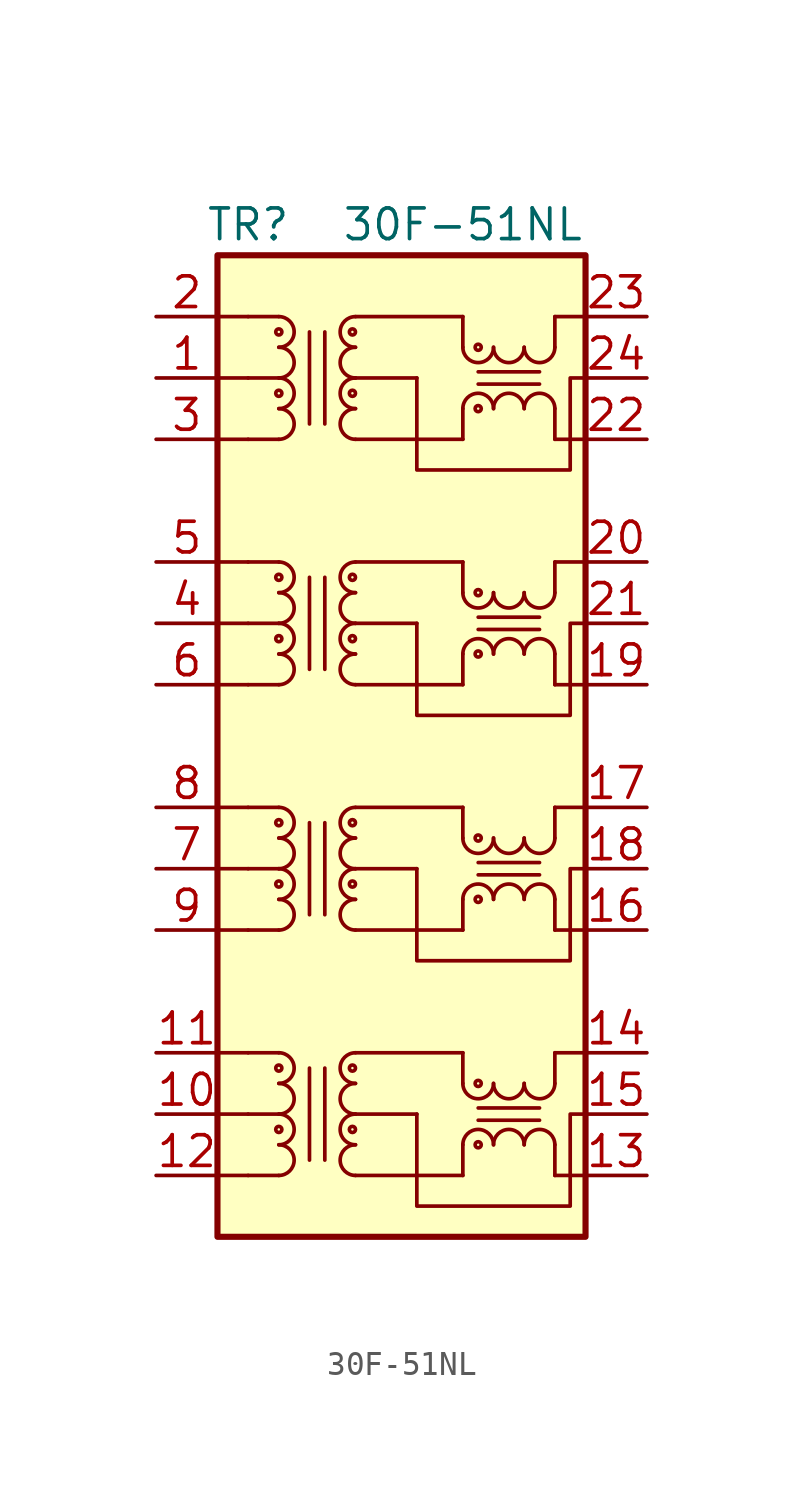
<source format=kicad_sym>
(kicad_symbol_lib
  (version 20241209)
  (generator "kicad_symbol_editor")
  (generator_version "9.0")
  (symbol "30F-51NL"
    (pin_names
      (offset 1.016)
      (hide yes))
    (property "Reference" "TR"
      (at -6.35 21.59 0)
      (effects (font (size 1.27 1.27))))
    (property "Value" "30F-51NL"
      (at 2.54 21.59 0)
      (effects (font (size 1.27 1.27))))
    (symbol "30F-51NL_0_1"
      (rectangle (start -7.62 20.32) (end 7.62 -20.32) (stroke (width 0.254) (type default)) (fill (type background)))
      (polyline (pts (xy 0.635 15.24) (xy 0.635 11.43) (xy 6.985 11.43) (xy 6.985 15.24) (xy 7.62 15.24)) (stroke (width 0) (type default)) (fill (type none)))
      (polyline (pts (xy 0.635 5.08) (xy 0.635 1.27) (xy 6.985 1.27) (xy 6.985 5.08) (xy 7.62 5.08)) (stroke (width 0) (type default)) (fill (type none)))
      (polyline (pts (xy 0.635 -5.08) (xy 0.635 -8.89) (xy 6.985 -8.89) (xy 6.985 -5.08) (xy 7.62 -5.08)) (stroke (width 0) (type default)) (fill (type none)))
      (polyline (pts (xy 0.635 -15.24) (xy 0.635 -19.05) (xy 6.985 -19.05) (xy 6.985 -15.24) (xy 7.62 -15.24)) (stroke (width 0) (type default)) (fill (type none)))
      (polyline (pts (xy 2.54 17.78) (xy 2.54 16.51)) (stroke (width 0) (type default)) (fill (type none)))
      (polyline (pts (xy 2.54 13.97) (xy 2.54 12.7)) (stroke (width 0) (type default)) (fill (type none)))
      (polyline (pts (xy 2.54 7.62) (xy 2.54 6.35)) (stroke (width 0) (type default)) (fill (type none)))
      (polyline (pts (xy 2.54 3.81) (xy 2.54 2.54)) (stroke (width 0) (type default)) (fill (type none)))
      (polyline (pts (xy 2.54 -2.54) (xy 2.54 -3.81)) (stroke (width 0) (type default)) (fill (type none)))
      (polyline (pts (xy 2.54 -6.35) (xy 2.54 -7.62)) (stroke (width 0) (type default)) (fill (type none)))
      (polyline (pts (xy 2.54 -12.7) (xy 2.54 -13.97)) (stroke (width 0) (type default)) (fill (type none)))
      (polyline (pts (xy 2.54 -16.51) (xy 2.54 -17.78)) (stroke (width 0) (type default)) (fill (type none)))
      (polyline (pts (xy 6.35 16.51) (xy 6.35 17.78)) (stroke (width 0) (type default)) (fill (type none)))
      (polyline (pts (xy 6.35 12.7) (xy 6.35 13.97)) (stroke (width 0) (type default)) (fill (type none)))
      (polyline (pts (xy 6.35 6.35) (xy 6.35 7.62)) (stroke (width 0) (type default)) (fill (type none)))
      (polyline (pts (xy 6.35 2.54) (xy 6.35 3.81)) (stroke (width 0) (type default)) (fill (type none)))
      (polyline (pts (xy 6.35 -3.81) (xy 6.35 -2.54)) (stroke (width 0) (type default)) (fill (type none)))
      (polyline (pts (xy 6.35 -7.62) (xy 6.35 -6.35)) (stroke (width 0) (type default)) (fill (type none)))
      (polyline (pts (xy 6.35 -13.97) (xy 6.35 -12.7)) (stroke (width 0) (type default)) (fill (type none)))
      (polyline (pts (xy 6.35 -17.78) (xy 6.35 -16.51)) (stroke (width 0) (type default)) (fill (type none)))
      (pin passive line (at -10.16 17.78 0) (length 2.54) (name "TD1+" (effects (font (size 1.27 1.27)))) (number "2" (effects (font (size 1.27 1.27)))))
      (pin passive line (at -10.16 15.24 0) (length 2.54) (name "CT" (effects (font (size 1.27 1.27)))) (number "1" (effects (font (size 1.27 1.27)))))
      (pin passive line (at -10.16 12.7 0) (length 2.54) (name "TD1-" (effects (font (size 1.27 1.27)))) (number "3" (effects (font (size 1.27 1.27)))))
      (pin passive line (at -10.16 7.62 0) (length 2.54) (name "TD2+" (effects (font (size 1.27 1.27)))) (number "5" (effects (font (size 1.27 1.27)))))
      (pin passive line (at -10.16 5.08 0) (length 2.54) (name "CT" (effects (font (size 1.27 1.27)))) (number "4" (effects (font (size 1.27 1.27)))))
      (pin passive line (at -10.16 2.54 0) (length 2.54) (name "TD2-" (effects (font (size 1.27 1.27)))) (number "6" (effects (font (size 1.27 1.27)))))
      (pin passive line (at -10.16 -2.54 0) (length 2.54) (name "TD3+" (effects (font (size 1.27 1.27)))) (number "8" (effects (font (size 1.27 1.27)))))
      (pin passive line (at -10.16 -5.08 0) (length 2.54) (name "CT" (effects (font (size 1.27 1.27)))) (number "7" (effects (font (size 1.27 1.27)))))
      (pin passive line (at -10.16 -7.62 0) (length 2.54) (name "TD3-" (effects (font (size 1.27 1.27)))) (number "9" (effects (font (size 1.27 1.27)))))
      (pin passive line (at -10.16 -12.7 0) (length 2.54) (name "TD4+" (effects (font (size 1.27 1.27)))) (number "11" (effects (font (size 1.27 1.27)))))
      (pin passive line (at -10.16 -15.24 0) (length 2.54) (name "CT" (effects (font (size 1.27 1.27)))) (number "10" (effects (font (size 1.27 1.27)))))
      (pin passive line (at -10.16 -17.78 0) (length 2.54) (name "TD4-" (effects (font (size 1.27 1.27)))) (number "12" (effects (font (size 1.27 1.27)))))
      (pin passive line (at 10.16 17.78 180) (length 2.54) (name "MX1+" (effects (font (size 1.27 1.27)))) (number "23" (effects (font (size 1.27 1.27)))))
      (pin passive line (at 10.16 15.24 180) (length 2.54) (name "CT" (effects (font (size 1.27 1.27)))) (number "24" (effects (font (size 1.27 1.27)))))
      (pin passive line (at 10.16 12.7 180) (length 2.54) (name "MX1-" (effects (font (size 1.27 1.27)))) (number "22" (effects (font (size 1.27 1.27)))))
      (pin passive line (at 10.16 7.62 180) (length 2.54) (name "MX2+" (effects (font (size 1.27 1.27)))) (number "20" (effects (font (size 1.27 1.27)))))
      (pin passive line (at 10.16 5.08 180) (length 2.54) (name "CT" (effects (font (size 1.27 1.27)))) (number "21" (effects (font (size 1.27 1.27)))))
      (pin passive line (at 10.16 2.54 180) (length 2.54) (name "MX2-" (effects (font (size 1.27 1.27)))) (number "19" (effects (font (size 1.27 1.27)))))
      (pin passive line (at 10.16 -2.54 180) (length 2.54) (name "MX3+" (effects (font (size 1.27 1.27)))) (number "17" (effects (font (size 1.27 1.27)))))
      (pin passive line (at 10.16 -5.08 180) (length 2.54) (name "CT" (effects (font (size 1.27 1.27)))) (number "18" (effects (font (size 1.27 1.27)))))
      (pin passive line (at 10.16 -7.62 180) (length 2.54) (name "MX3-" (effects (font (size 1.27 1.27)))) (number "16" (effects (font (size 1.27 1.27)))))
      (pin passive line (at 10.16 -12.7 180) (length 2.54) (name "MX4+" (effects (font (size 1.27 1.27)))) (number "14" (effects (font (size 1.27 1.27)))))
      (pin passive line (at 10.16 -15.24 180) (length 2.54) (name "CT" (effects (font (size 1.27 1.27)))) (number "15" (effects (font (size 1.27 1.27)))))
      (pin passive line (at 10.16 -17.78 180) (length 2.54) (name "MX4-" (effects (font (size 1.27 1.27)))) (number "13" (effects (font (size 1.27 1.27))))))
    (symbol "30F-51NL_1_1"
      (polyline (pts (xy -7.62 17.78) (xy -6.35 17.78)) (stroke (width 0) (type default)) (fill (type none)))
      (polyline (pts (xy -7.62 15.24) (xy -6.35 15.24)) (stroke (width 0) (type default)) (fill (type none)))
      (polyline (pts (xy -7.62 12.7) (xy -6.35 12.7)) (stroke (width 0) (type default)) (fill (type none)))
      (polyline (pts (xy -7.62 7.62) (xy -6.35 7.62)) (stroke (width 0) (type default)) (fill (type none)))
      (polyline (pts (xy -7.62 5.08) (xy -6.35 5.08)) (stroke (width 0) (type default)) (fill (type none)))
      (polyline (pts (xy -7.62 2.54) (xy -6.35 2.54)) (stroke (width 0) (type default)) (fill (type none)))
      (polyline (pts (xy -7.62 -2.54) (xy -6.35 -2.54)) (stroke (width 0) (type default)) (fill (type none)))
      (polyline (pts (xy -7.62 -5.08) (xy -6.35 -5.08)) (stroke (width 0) (type default)) (fill (type none)))
      (polyline (pts (xy -7.62 -7.62) (xy -6.35 -7.62)) (stroke (width 0) (type default)) (fill (type none)))
      (polyline (pts (xy -7.62 -12.7) (xy -6.35 -12.7)) (stroke (width 0) (type default)) (fill (type none)))
      (polyline (pts (xy -7.62 -15.24) (xy -6.35 -15.24)) (stroke (width 0) (type default)) (fill (type none)))
      (polyline (pts (xy -7.62 -17.78) (xy -6.35 -17.78)) (stroke (width 0) (type default)) (fill (type none)))
      (polyline (pts (xy -6.35 17.78) (xy -5.08 17.78)) (stroke (width 0) (type default)) (fill (type none)))
      (polyline (pts (xy -6.35 15.24) (xy -5.08 15.24)) (stroke (width 0) (type default)) (fill (type none)))
      (polyline (pts (xy -6.35 12.7) (xy -5.08 12.7)) (stroke (width 0) (type default)) (fill (type none)))
      (polyline (pts (xy -6.35 7.62) (xy -5.08 7.62)) (stroke (width 0) (type default)) (fill (type none)))
      (polyline (pts (xy -6.35 5.08) (xy -5.08 5.08)) (stroke (width 0) (type default)) (fill (type none)))
      (polyline (pts (xy -6.35 2.54) (xy -5.08 2.54)) (stroke (width 0) (type default)) (fill (type none)))
      (polyline (pts (xy -6.35 -2.54) (xy -5.08 -2.54)) (stroke (width 0) (type default)) (fill (type none)))
      (polyline (pts (xy -6.35 -5.08) (xy -5.08 -5.08)) (stroke (width 0) (type default)) (fill (type none)))
      (polyline (pts (xy -6.35 -7.62) (xy -5.08 -7.62)) (stroke (width 0) (type default)) (fill (type none)))
      (polyline (pts (xy -6.35 -12.7) (xy -5.08 -12.7)) (stroke (width 0) (type default)) (fill (type none)))
      (polyline (pts (xy -6.35 -15.24) (xy -5.08 -15.24)) (stroke (width 0) (type default)) (fill (type none)))
      (polyline (pts (xy -6.35 -17.78) (xy -5.08 -17.78)) (stroke (width 0) (type default)) (fill (type none)))
      (arc (start -5.08 17.78) (mid -4.4477 17.145) (end -5.08 16.51) (stroke (width 0) (type default)) (fill (type none)))
      (arc (start -5.08 16.51) (mid -4.4477 15.875) (end -5.08 15.24) (stroke (width 0) (type default)) (fill (type none)))
      (arc (start -5.08 15.24) (mid -4.4477 14.605) (end -5.08 13.97) (stroke (width 0) (type default)) (fill (type none)))
      (arc (start -5.08 13.97) (mid -4.4477 13.335) (end -5.08 12.7) (stroke (width 0) (type default)) (fill (type none)))
      (arc (start -5.08 7.62) (mid -4.4477 6.985) (end -5.08 6.35) (stroke (width 0) (type default)) (fill (type none)))
      (arc (start -5.08 6.35) (mid -4.4477 5.715) (end -5.08 5.08) (stroke (width 0) (type default)) (fill (type none)))
      (arc (start -5.08 5.08) (mid -4.4477 4.445) (end -5.08 3.81) (stroke (width 0) (type default)) (fill (type none)))
      (arc (start -5.08 3.81) (mid -4.4477 3.175) (end -5.08 2.54) (stroke (width 0) (type default)) (fill (type none)))
      (arc (start -5.08 -2.54) (mid -4.4477 -3.175) (end -5.08 -3.81) (stroke (width 0) (type default)) (fill (type none)))
      (arc (start -5.08 -3.81) (mid -4.4477 -4.445) (end -5.08 -5.08) (stroke (width 0) (type default)) (fill (type none)))
      (arc (start -5.08 -5.08) (mid -4.4477 -5.715) (end -5.08 -6.35) (stroke (width 0) (type default)) (fill (type none)))
      (arc (start -5.08 -6.35) (mid -4.4477 -6.985) (end -5.08 -7.62) (stroke (width 0) (type default)) (fill (type none)))
      (arc (start -5.08 -12.7) (mid -4.4477 -13.335) (end -5.08 -13.97) (stroke (width 0) (type default)) (fill (type none)))
      (arc (start -5.08 -13.97) (mid -4.4477 -14.605) (end -5.08 -15.24) (stroke (width 0) (type default)) (fill (type none)))
      (arc (start -5.08 -15.24) (mid -4.4477 -15.875) (end -5.08 -16.51) (stroke (width 0) (type default)) (fill (type none)))
      (arc (start -5.08 -16.51) (mid -4.4477 -17.145) (end -5.08 -17.78) (stroke (width 0) (type default)) (fill (type none)))
      (circle (center -5.08 17.145) (radius 0.127) (stroke (width 0) (type default)) (fill (type none)))
      (circle (center -5.08 14.605) (radius 0.127) (stroke (width 0) (type default)) (fill (type none)))
      (circle (center -5.08 6.985) (radius 0.127) (stroke (width 0) (type default)) (fill (type none)))
      (circle (center -5.08 4.445) (radius 0.127) (stroke (width 0) (type default)) (fill (type none)))
      (circle (center -5.08 -3.175) (radius 0.127) (stroke (width 0) (type default)) (fill (type none)))
      (circle (center -5.08 -5.715) (radius 0.127) (stroke (width 0) (type default)) (fill (type none)))
      (circle (center -5.08 -13.335) (radius 0.127) (stroke (width 0) (type default)) (fill (type none)))
      (circle (center -5.08 -15.875) (radius 0.127) (stroke (width 0) (type default)) (fill (type none)))
      (polyline (pts (xy -3.81 13.335) (xy -3.81 17.145)) (stroke (width 0) (type default)) (fill (type none)))
      (polyline (pts (xy -3.81 3.175) (xy -3.81 6.985)) (stroke (width 0) (type default)) (fill (type none)))
      (polyline (pts (xy -3.81 -6.985) (xy -3.81 -3.175)) (stroke (width 0) (type default)) (fill (type none)))
      (polyline (pts (xy -3.81 -17.145) (xy -3.81 -13.335)) (stroke (width 0) (type default)) (fill (type none)))
      (polyline (pts (xy -3.175 13.335) (xy -3.175 17.145)) (stroke (width 0) (type default)) (fill (type none)))
      (polyline (pts (xy -3.175 3.175) (xy -3.175 6.985)) (stroke (width 0) (type default)) (fill (type none)))
      (polyline (pts (xy -3.175 -6.985) (xy -3.175 -3.175)) (stroke (width 0) (type default)) (fill (type none)))
      (polyline (pts (xy -3.175 -17.145) (xy -3.175 -13.335)) (stroke (width 0) (type default)) (fill (type none)))
      (circle (center -2.032 17.145) (radius 0.127) (stroke (width 0) (type default)) (fill (type none)))
      (circle (center -2.032 14.605) (radius 0.127) (stroke (width 0) (type default)) (fill (type none)))
      (circle (center -2.032 6.985) (radius 0.127) (stroke (width 0) (type default)) (fill (type none)))
      (circle (center -2.032 4.445) (radius 0.127) (stroke (width 0) (type default)) (fill (type none)))
      (circle (center -2.032 -3.175) (radius 0.127) (stroke (width 0) (type default)) (fill (type none)))
      (circle (center -2.032 -5.715) (radius 0.127) (stroke (width 0) (type default)) (fill (type none)))
      (circle (center -2.032 -13.335) (radius 0.127) (stroke (width 0) (type default)) (fill (type none)))
      (circle (center -2.032 -15.875) (radius 0.127) (stroke (width 0) (type default)) (fill (type none)))
      (arc (start -1.905 16.51) (mid -2.5373 17.145) (end -1.905 17.78) (stroke (width 0) (type default)) (fill (type none)))
      (arc (start -1.905 15.24) (mid -2.5373 15.875) (end -1.905 16.51) (stroke (width 0) (type default)) (fill (type none)))
      (arc (start -1.905 13.97) (mid -2.5373 14.605) (end -1.905 15.24) (stroke (width 0) (type default)) (fill (type none)))
      (arc (start -1.905 12.7) (mid -2.5373 13.335) (end -1.905 13.97) (stroke (width 0) (type default)) (fill (type none)))
      (arc (start -1.905 6.35) (mid -2.5373 6.985) (end -1.905 7.62) (stroke (width 0) (type default)) (fill (type none)))
      (arc (start -1.905 5.08) (mid -2.5373 5.715) (end -1.905 6.35) (stroke (width 0) (type default)) (fill (type none)))
      (arc (start -1.905 3.81) (mid -2.5373 4.445) (end -1.905 5.08) (stroke (width 0) (type default)) (fill (type none)))
      (arc (start -1.905 2.54) (mid -2.5373 3.175) (end -1.905 3.81) (stroke (width 0) (type default)) (fill (type none)))
      (arc (start -1.905 -3.81) (mid -2.5373 -3.175) (end -1.905 -2.54) (stroke (width 0) (type default)) (fill (type none)))
      (arc (start -1.905 -5.08) (mid -2.5373 -4.445) (end -1.905 -3.81) (stroke (width 0) (type default)) (fill (type none)))
      (arc (start -1.905 -6.35) (mid -2.5373 -5.715) (end -1.905 -5.08) (stroke (width 0) (type default)) (fill (type none)))
      (arc (start -1.905 -7.62) (mid -2.5373 -6.985) (end -1.905 -6.35) (stroke (width 0) (type default)) (fill (type none)))
      (arc (start -1.905 -13.97) (mid -2.5373 -13.335) (end -1.905 -12.7) (stroke (width 0) (type default)) (fill (type none)))
      (arc (start -1.905 -15.24) (mid -2.5373 -14.605) (end -1.905 -13.97) (stroke (width 0) (type default)) (fill (type none)))
      (arc (start -1.905 -16.51) (mid -2.5373 -15.875) (end -1.905 -15.24) (stroke (width 0) (type default)) (fill (type none)))
      (arc (start -1.905 -17.78) (mid -2.5373 -17.145) (end -1.905 -16.51) (stroke (width 0) (type default)) (fill (type none)))
      (polyline (pts (xy 0.635 15.24) (xy -1.905 15.24)) (stroke (width 0) (type default)) (fill (type none)))
      (polyline (pts (xy 0.635 5.08) (xy -1.905 5.08)) (stroke (width 0) (type default)) (fill (type none)))
      (polyline (pts (xy 0.635 -5.08) (xy -1.905 -5.08)) (stroke (width 0) (type default)) (fill (type none)))
      (polyline (pts (xy 0.635 -15.24) (xy -1.905 -15.24)) (stroke (width 0) (type default)) (fill (type none)))
      (polyline (pts (xy 2.54 17.78) (xy -1.905 17.78)) (stroke (width 0) (type default)) (fill (type none)))
      (polyline (pts (xy 2.54 12.7) (xy -1.905 12.7)) (stroke (width 0) (type default)) (fill (type none)))
      (polyline (pts (xy 2.54 7.62) (xy -1.905 7.62)) (stroke (width 0) (type default)) (fill (type none)))
      (polyline (pts (xy 2.54 2.54) (xy -1.905 2.54)) (stroke (width 0) (type default)) (fill (type none)))
      (polyline (pts (xy 2.54 -2.54) (xy -1.905 -2.54)) (stroke (width 0) (type default)) (fill (type none)))
      (polyline (pts (xy 2.54 -7.62) (xy -1.905 -7.62)) (stroke (width 0) (type default)) (fill (type none)))
      (polyline (pts (xy 2.54 -12.7) (xy -1.905 -12.7)) (stroke (width 0) (type default)) (fill (type none)))
      (polyline (pts (xy 2.54 -17.78) (xy -1.905 -17.78)) (stroke (width 0) (type default)) (fill (type none)))
      (arc (start 3.81 16.51) (mid 3.175 15.8777) (end 2.54 16.51) (stroke (width 0) (type default)) (fill (type none)))
      (circle (center 3.175 16.51) (radius 0.127) (stroke (width 0) (type default)) (fill (type none)))
      (circle (center 3.175 13.97) (radius 0.127) (stroke (width 0) (type default)) (fill (type none)))
      (arc (start 2.54 13.97) (mid 3.175 14.6023) (end 3.81 13.97) (stroke (width 0) (type default)) (fill (type none)))
      (arc (start 3.81 6.35) (mid 3.175 5.7177) (end 2.54 6.35) (stroke (width 0) (type default)) (fill (type none)))
      (circle (center 3.175 6.35) (radius 0.127) (stroke (width 0) (type default)) (fill (type none)))
      (circle (center 3.175 3.81) (radius 0.127) (stroke (width 0) (type default)) (fill (type none)))
      (arc (start 2.54 3.81) (mid 3.175 4.4423) (end 3.81 3.81) (stroke (width 0) (type default)) (fill (type none)))
      (arc (start 3.81 -3.81) (mid 3.175 -4.4423) (end 2.54 -3.81) (stroke (width 0) (type default)) (fill (type none)))
      (circle (center 3.175 -3.81) (radius 0.127) (stroke (width 0) (type default)) (fill (type none)))
      (circle (center 3.175 -6.35) (radius 0.127) (stroke (width 0) (type default)) (fill (type none)))
      (arc (start 2.54 -6.35) (mid 3.175 -5.7177) (end 3.81 -6.35) (stroke (width 0) (type default)) (fill (type none)))
      (arc (start 3.81 -13.97) (mid 3.175 -14.6023) (end 2.54 -13.97) (stroke (width 0) (type default)) (fill (type none)))
      (circle (center 3.175 -13.97) (radius 0.127) (stroke (width 0) (type default)) (fill (type none)))
      (circle (center 3.175 -16.51) (radius 0.127) (stroke (width 0) (type default)) (fill (type none)))
      (arc (start 2.54 -16.51) (mid 3.175 -15.8777) (end 3.81 -16.51) (stroke (width 0) (type default)) (fill (type none)))
      (arc (start 5.08 16.51) (mid 4.445 15.8777) (end 3.81 16.51) (stroke (width 0) (type default)) (fill (type none)))
      (arc (start 3.81 13.97) (mid 4.445 14.6023) (end 5.08 13.97) (stroke (width 0) (type default)) (fill (type none)))
      (arc (start 5.08 6.35) (mid 4.445 5.7177) (end 3.81 6.35) (stroke (width 0) (type default)) (fill (type none)))
      (arc (start 3.81 3.81) (mid 4.445 4.4423) (end 5.08 3.81) (stroke (width 0) (type default)) (fill (type none)))
      (arc (start 5.08 -3.81) (mid 4.445 -4.4423) (end 3.81 -3.81) (stroke (width 0) (type default)) (fill (type none)))
      (arc (start 3.81 -6.35) (mid 4.445 -5.7177) (end 5.08 -6.35) (stroke (width 0) (type default)) (fill (type none)))
      (arc (start 5.08 -13.97) (mid 4.445 -14.6023) (end 3.81 -13.97) (stroke (width 0) (type default)) (fill (type none)))
      (arc (start 3.81 -16.51) (mid 4.445 -15.8777) (end 5.08 -16.51) (stroke (width 0) (type default)) (fill (type none)))
      (arc (start 6.35 16.51) (mid 5.715 15.8777) (end 5.08 16.51) (stroke (width 0) (type default)) (fill (type none)))
      (polyline (pts (xy 5.715 15.494) (xy 3.175 15.494)) (stroke (width 0) (type default)) (fill (type none)))
      (polyline (pts (xy 5.715 14.986) (xy 3.175 14.986)) (stroke (width 0) (type default)) (fill (type none)))
      (arc (start 5.08 13.97) (mid 5.715 14.6023) (end 6.35 13.97) (stroke (width 0) (type default)) (fill (type none)))
      (arc (start 6.35 6.35) (mid 5.715 5.7177) (end 5.08 6.35) (stroke (width 0) (type default)) (fill (type none)))
      (polyline (pts (xy 5.715 5.334) (xy 3.175 5.334)) (stroke (width 0) (type default)) (fill (type none)))
      (polyline (pts (xy 5.715 4.826) (xy 3.175 4.826)) (stroke (width 0) (type default)) (fill (type none)))
      (arc (start 5.08 3.81) (mid 5.715 4.4423) (end 6.35 3.81) (stroke (width 0) (type default)) (fill (type none)))
      (arc (start 6.35 -3.81) (mid 5.715 -4.4423) (end 5.08 -3.81) (stroke (width 0) (type default)) (fill (type none)))
      (polyline (pts (xy 5.715 -4.826) (xy 3.175 -4.826)) (stroke (width 0) (type default)) (fill (type none)))
      (polyline (pts (xy 5.715 -5.334) (xy 3.175 -5.334)) (stroke (width 0) (type default)) (fill (type none)))
      (arc (start 5.08 -6.35) (mid 5.715 -5.7177) (end 6.35 -6.35) (stroke (width 0) (type default)) (fill (type none)))
      (arc (start 6.35 -13.97) (mid 5.715 -14.6023) (end 5.08 -13.97) (stroke (width 0) (type default)) (fill (type none)))
      (polyline (pts (xy 5.715 -14.986) (xy 3.175 -14.986)) (stroke (width 0) (type default)) (fill (type none)))
      (polyline (pts (xy 5.715 -15.494) (xy 3.175 -15.494)) (stroke (width 0) (type default)) (fill (type none)))
      (arc (start 5.08 -16.51) (mid 5.715 -15.8777) (end 6.35 -16.51) (stroke (width 0) (type default)) (fill (type none)))
      (polyline (pts (xy 7.62 17.78) (xy 6.35 17.78)) (stroke (width 0) (type default)) (fill (type none)))
      (polyline (pts (xy 7.62 12.7) (xy 6.35 12.7)) (stroke (width 0) (type default)) (fill (type none)))
      (polyline (pts (xy 7.62 7.62) (xy 6.35 7.62)) (stroke (width 0) (type default)) (fill (type none)))
      (polyline (pts (xy 7.62 2.54) (xy 6.35 2.54)) (stroke (width 0) (type default)) (fill (type none)))
      (polyline (pts (xy 7.62 -2.54) (xy 6.35 -2.54)) (stroke (width 0) (type default)) (fill (type none)))
      (polyline (pts (xy 7.62 -7.62) (xy 6.35 -7.62)) (stroke (width 0) (type default)) (fill (type none)))
      (polyline (pts (xy 7.62 -12.7) (xy 6.35 -12.7)) (stroke (width 0) (type default)) (fill (type none)))
      (polyline (pts (xy 7.62 -17.78) (xy 6.35 -17.78)) (stroke (width 0) (type default)) (fill (type none))))))
</source>
